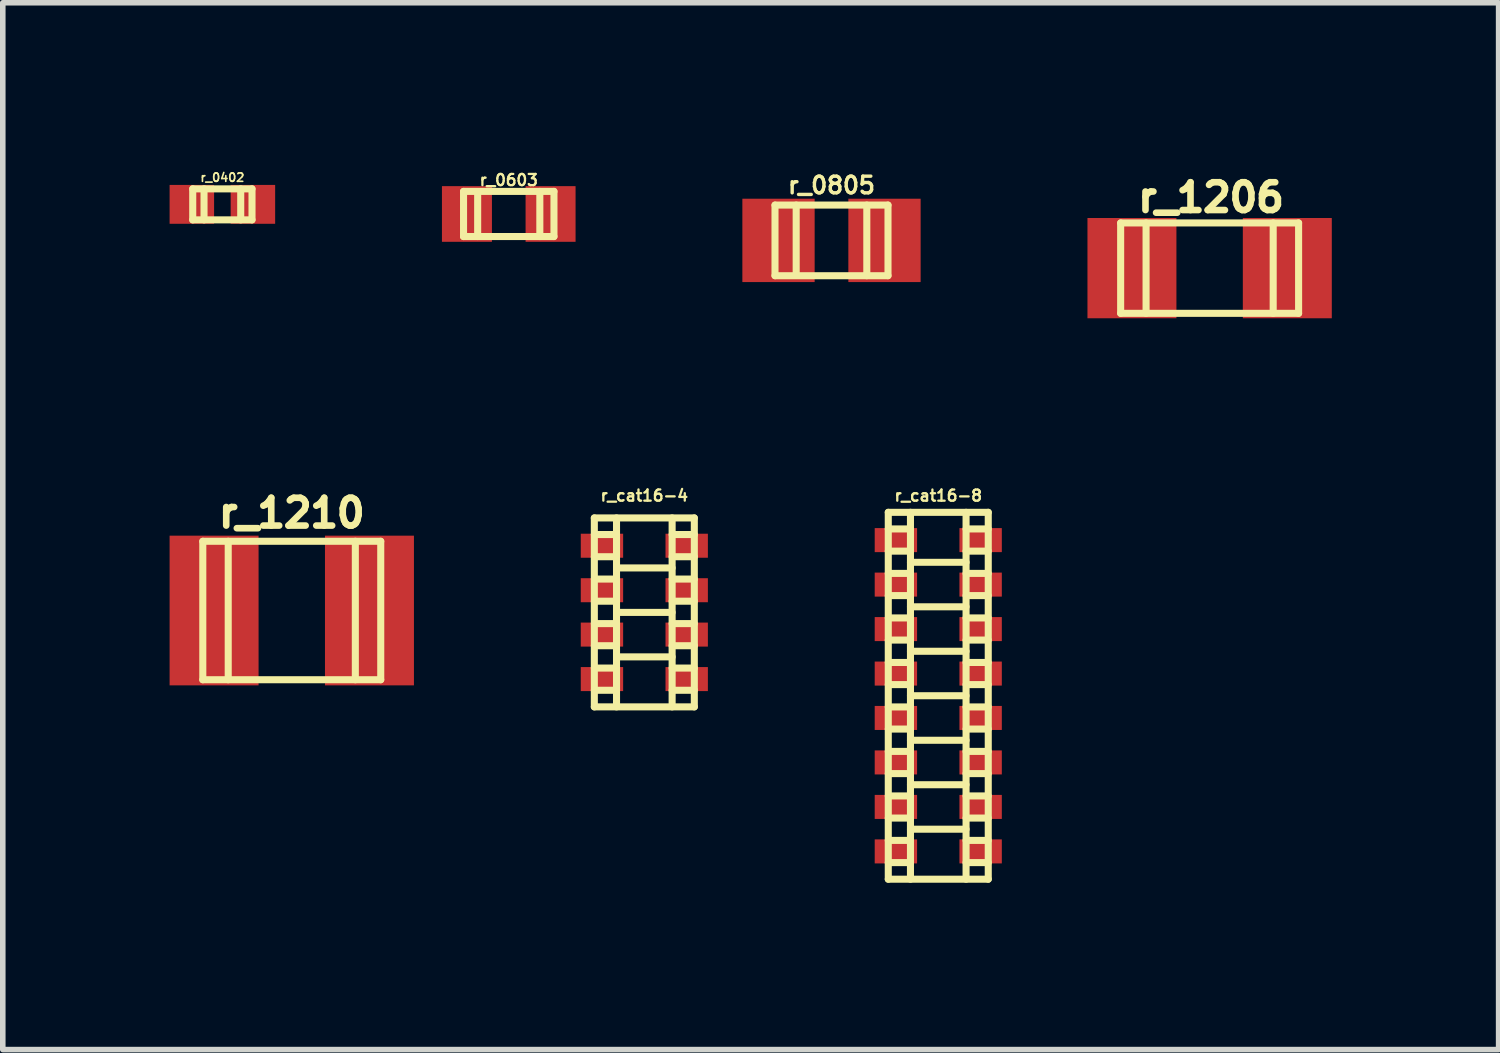
<source format=kicad_pcb>
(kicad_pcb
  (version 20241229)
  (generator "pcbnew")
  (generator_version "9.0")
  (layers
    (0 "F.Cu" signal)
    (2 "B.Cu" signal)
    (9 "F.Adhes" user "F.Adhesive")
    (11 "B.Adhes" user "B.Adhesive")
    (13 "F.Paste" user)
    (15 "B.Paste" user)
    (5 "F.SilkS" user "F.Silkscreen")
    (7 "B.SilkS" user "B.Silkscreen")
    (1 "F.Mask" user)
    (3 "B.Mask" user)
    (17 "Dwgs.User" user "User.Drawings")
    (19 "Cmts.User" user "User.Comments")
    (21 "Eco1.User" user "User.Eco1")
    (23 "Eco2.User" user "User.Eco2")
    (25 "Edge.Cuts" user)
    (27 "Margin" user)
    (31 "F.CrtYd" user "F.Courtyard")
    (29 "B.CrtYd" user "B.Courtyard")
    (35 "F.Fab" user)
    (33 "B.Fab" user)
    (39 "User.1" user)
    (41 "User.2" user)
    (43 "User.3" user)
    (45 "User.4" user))
  (footprint "r_0805"
    (layer "F.Cu")
    (at 11.903 1.273)
    (property "Reference" "r_0805" (at 0 -0.991 0) (layer "F.SilkS") (effects (font (size 0.3 0.3) (thickness 0.061))))
    (attr through_hole)
    (fp_line (start -1.016 -0.635) (end 1.016 -0.635) (stroke (width 0.127) (type solid)) (layer "F.SilkS"))
    (fp_line (start -1.016 0.635) (end -1.016 -0.635) (stroke (width 0.127) (type solid)) (layer "F.SilkS"))
    (fp_line (start -0.635 -0.635) (end -0.635 0.61) (stroke (width 0.127) (type solid)) (layer "F.SilkS"))
    (fp_line (start 0.635 -0.635) (end 0.635 0.635) (stroke (width 0.127) (type solid)) (layer "F.SilkS"))
    (fp_line (start 1.016 -0.635) (end 1.016 0.635) (stroke (width 0.127) (type solid)) (layer "F.SilkS"))
    (fp_line (start 1.016 0.635) (end -1.016 0.635) (stroke (width 0.127) (type solid)) (layer "F.SilkS"))
    (pad "1" smd rect (at 0.953 0) (size 1.3 1.499) (layers "F.Cu" "F.Mask" "F.Paste"))
    (pad "2" smd rect (at -0.953 0) (size 1.3 1.499) (layers "F.Cu" "F.Mask" "F.Paste")))
  (footprint "r_cat16-4"
    (layer "F.Cu")
    (at 8.537 7.963)
    (property "Reference" "r_cat16-4" (at 0 -2.101 0) (layer "F.SilkS") (effects (font (size 0.201 0.201) (thickness 0.041))))
    (attr through_hole)
    (fp_line (start -0.899 -1.699) (end -0.899 1.699) (stroke (width 0.127) (type solid)) (layer "F.SilkS"))
    (fp_line (start -0.899 -1.699) (end 0.899 -1.699) (stroke (width 0.127) (type solid)) (layer "F.SilkS"))
    (fp_line (start -0.899 -1.4) (end -0.5 -1.4) (stroke (width 0.127) (type solid)) (layer "F.SilkS"))
    (fp_line (start -0.899 -1.001) (end -0.5 -1.001) (stroke (width 0.127) (type solid)) (layer "F.SilkS"))
    (fp_line (start -0.899 -0.201) (end -0.5 -0.201) (stroke (width 0.127) (type solid)) (layer "F.SilkS"))
    (fp_line (start -0.899 0.599) (end -0.5 0.599) (stroke (width 0.127) (type solid)) (layer "F.SilkS"))
    (fp_line (start -0.899 1.001) (end -0.5 1.001) (stroke (width 0.127) (type solid)) (layer "F.SilkS"))
    (fp_line (start -0.899 1.4) (end -0.5 1.4) (stroke (width 0.127) (type solid)) (layer "F.SilkS"))
    (fp_line (start -0.899 1.699) (end 0.899 1.699) (stroke (width 0.127) (type solid)) (layer "F.SilkS"))
    (fp_line (start -0.5 -0.8) (end 0.5 -0.8) (stroke (width 0.127) (type solid)) (layer "F.SilkS"))
    (fp_line (start -0.5 -0.599) (end -0.899 -0.599) (stroke (width 0.127) (type solid)) (layer "F.SilkS"))
    (fp_line (start -0.5 0) (end 0.5 0) (stroke (width 0.127) (type solid)) (layer "F.SilkS"))
    (fp_line (start -0.5 0.201) (end -0.899 0.201) (stroke (width 0.127) (type solid)) (layer "F.SilkS"))
    (fp_line (start -0.5 0.8) (end 0.5 0.8) (stroke (width 0.127) (type solid)) (layer "F.SilkS"))
    (fp_line (start -0.5 1.699) (end -0.5 -1.699) (stroke (width 0.127) (type solid)) (layer "F.SilkS"))
    (fp_line (start 0.5 -1.699) (end 0.5 1.699) (stroke (width 0.127) (type solid)) (layer "F.SilkS"))
    (fp_line (start 0.5 -1.4) (end 0.899 -1.4) (stroke (width 0.127) (type solid)) (layer "F.SilkS"))
    (fp_line (start 0.5 -1.001) (end 0.899 -1.001) (stroke (width 0.127) (type solid)) (layer "F.SilkS"))
    (fp_line (start 0.5 -0.201) (end 0.899 -0.201) (stroke (width 0.127) (type solid)) (layer "F.SilkS"))
    (fp_line (start 0.5 0.599) (end 0.899 0.599) (stroke (width 0.127) (type solid)) (layer "F.SilkS"))
    (fp_line (start 0.5 1.001) (end 0.899 1.001) (stroke (width 0.127) (type solid)) (layer "F.SilkS"))
    (fp_line (start 0.5 1.4) (end 0.899 1.4) (stroke (width 0.127) (type solid)) (layer "F.SilkS"))
    (fp_line (start 0.899 -0.599) (end 0.5 -0.599) (stroke (width 0.127) (type solid)) (layer "F.SilkS"))
    (fp_line (start 0.899 0.201) (end 0.5 0.201) (stroke (width 0.127) (type solid)) (layer "F.SilkS"))
    (fp_line (start 0.899 1.699) (end 0.899 -1.699) (stroke (width 0.127) (type solid)) (layer "F.SilkS"))
    (pad "1" smd rect (at 0.762 1.199) (size 0.762 0.432) (layers "F.Cu" "F.Mask" "F.Paste"))
    (pad "2" smd rect (at 0.762 0.399) (size 0.762 0.432) (layers "F.Cu" "F.Mask" "F.Paste"))
    (pad "3" smd rect (at 0.762 -0.399) (size 0.762 0.432) (layers "F.Cu" "F.Mask" "F.Paste"))
    (pad "4" smd rect (at 0.762 -1.199) (size 0.762 0.432) (layers "F.Cu" "F.Mask" "F.Paste"))
    (pad "5" smd rect (at -0.762 -1.199) (size 0.762 0.432) (layers "F.Cu" "F.Mask" "F.Paste"))
    (pad "6" smd rect (at -0.762 -0.399) (size 0.762 0.432) (layers "F.Cu" "F.Mask" "F.Paste"))
    (pad "7" smd rect (at -0.762 0.399) (size 0.762 0.432) (layers "F.Cu" "F.Mask" "F.Paste"))
    (pad "8" smd rect (at -0.762 1.199) (size 0.762 0.432) (layers "F.Cu" "F.Mask" "F.Paste")))
  (footprint "r_0603"
    (layer "F.Cu")
    (at 6.099 0.798)
    (property "Reference" "r_0603" (at 0 -0.61 0) (layer "F.SilkS") (effects (font (size 0.201 0.201) (thickness 0.041))))
    (attr through_hole)
    (fp_line (start -0.813 -0.406) (end 0.813 -0.406) (stroke (width 0.127) (type solid)) (layer "F.SilkS"))
    (fp_line (start -0.813 0.406) (end -0.813 -0.406) (stroke (width 0.127) (type solid)) (layer "F.SilkS"))
    (fp_line (start -0.559 -0.381) (end -0.559 0.406) (stroke (width 0.127) (type solid)) (layer "F.SilkS"))
    (fp_line (start 0.559 0.406) (end 0.559 -0.406) (stroke (width 0.127) (type solid)) (layer "F.SilkS"))
    (fp_line (start 0.813 -0.406) (end 0.813 0.406) (stroke (width 0.127) (type solid)) (layer "F.SilkS"))
    (fp_line (start 0.813 0.406) (end -0.813 0.406) (stroke (width 0.127) (type solid)) (layer "F.SilkS"))
    (pad "1" smd rect (at 0.752 0) (size 0.899 1.001) (layers "F.Cu" "F.Mask" "F.Paste"))
    (pad "2" smd rect (at -0.752 0) (size 0.899 1.001) (layers "F.Cu" "F.Mask" "F.Paste")))
  (footprint "r_cat16-8"
    (layer "F.Cu")
    (at 13.823 9.462)
    (property "Reference" "r_cat16-8" (at 0 -3.599 0) (layer "F.SilkS") (effects (font (size 0.201 0.201) (thickness 0.041))))
    (attr through_hole)
    (fp_line (start -0.899 -3.299) (end 0.899 -3.299) (stroke (width 0.127) (type solid)) (layer "F.SilkS"))
    (fp_line (start -0.899 -3) (end -0.5 -3) (stroke (width 0.127) (type solid)) (layer "F.SilkS"))
    (fp_line (start -0.899 -2.601) (end -0.5 -2.601) (stroke (width 0.127) (type solid)) (layer "F.SilkS"))
    (fp_line (start -0.899 -2.2) (end -0.5 -2.2) (stroke (width 0.127) (type solid)) (layer "F.SilkS"))
    (fp_line (start -0.899 -1.801) (end -0.5 -1.801) (stroke (width 0.127) (type solid)) (layer "F.SilkS"))
    (fp_line (start -0.899 -1.4) (end -0.5 -1.4) (stroke (width 0.127) (type solid)) (layer "F.SilkS"))
    (fp_line (start -0.899 -1.001) (end -0.5 -1.001) (stroke (width 0.127) (type solid)) (layer "F.SilkS"))
    (fp_line (start -0.899 -0.201) (end -0.5 -0.201) (stroke (width 0.127) (type solid)) (layer "F.SilkS"))
    (fp_line (start -0.899 0.599) (end -0.5 0.599) (stroke (width 0.127) (type solid)) (layer "F.SilkS"))
    (fp_line (start -0.899 1.001) (end -0.5 1.001) (stroke (width 0.127) (type solid)) (layer "F.SilkS"))
    (fp_line (start -0.899 1.4) (end -0.5 1.4) (stroke (width 0.127) (type solid)) (layer "F.SilkS"))
    (fp_line (start -0.899 2.2) (end -0.5 2.2) (stroke (width 0.127) (type solid)) (layer "F.SilkS"))
    (fp_line (start -0.899 3) (end -0.5 3) (stroke (width 0.127) (type solid)) (layer "F.SilkS"))
    (fp_line (start -0.899 3.299) (end -0.899 -3.299) (stroke (width 0.127) (type solid)) (layer "F.SilkS"))
    (fp_line (start -0.5 -3.299) (end -0.5 3.299) (stroke (width 0.127) (type solid)) (layer "F.SilkS"))
    (fp_line (start -0.5 -2.4) (end 0.5 -2.4) (stroke (width 0.127) (type solid)) (layer "F.SilkS"))
    (fp_line (start -0.5 -1.6) (end 0.5 -1.6) (stroke (width 0.127) (type solid)) (layer "F.SilkS"))
    (fp_line (start -0.5 -0.8) (end 0.5 -0.8) (stroke (width 0.127) (type solid)) (layer "F.SilkS"))
    (fp_line (start -0.5 -0.599) (end -0.899 -0.599) (stroke (width 0.127) (type solid)) (layer "F.SilkS"))
    (fp_line (start -0.5 0) (end 0.5 0) (stroke (width 0.127) (type solid)) (layer "F.SilkS"))
    (fp_line (start -0.5 0.201) (end -0.899 0.201) (stroke (width 0.127) (type solid)) (layer "F.SilkS"))
    (fp_line (start -0.5 0.8) (end 0.5 0.8) (stroke (width 0.127) (type solid)) (layer "F.SilkS"))
    (fp_line (start -0.5 1.6) (end 0.5 1.6) (stroke (width 0.127) (type solid)) (layer "F.SilkS"))
    (fp_line (start -0.5 1.801) (end -0.899 1.801) (stroke (width 0.127) (type solid)) (layer "F.SilkS"))
    (fp_line (start -0.5 2.4) (end 0.5 2.4) (stroke (width 0.127) (type solid)) (layer "F.SilkS"))
    (fp_line (start -0.5 2.601) (end -0.899 2.601) (stroke (width 0.127) (type solid)) (layer "F.SilkS"))
    (fp_line (start 0.5 -3) (end 0.899 -3) (stroke (width 0.127) (type solid)) (layer "F.SilkS"))
    (fp_line (start 0.5 -2.601) (end 0.899 -2.601) (stroke (width 0.127) (type solid)) (layer "F.SilkS"))
    (fp_line (start 0.5 -2.2) (end 0.899 -2.2) (stroke (width 0.127) (type solid)) (layer "F.SilkS"))
    (fp_line (start 0.5 -1.801) (end 0.899 -1.801) (stroke (width 0.127) (type solid)) (layer "F.SilkS"))
    (fp_line (start 0.5 -1.4) (end 0.899 -1.4) (stroke (width 0.127) (type solid)) (layer "F.SilkS"))
    (fp_line (start 0.5 -1.001) (end 0.899 -1.001) (stroke (width 0.127) (type solid)) (layer "F.SilkS"))
    (fp_line (start 0.5 -0.201) (end 0.899 -0.201) (stroke (width 0.127) (type solid)) (layer "F.SilkS"))
    (fp_line (start 0.5 0.599) (end 0.899 0.599) (stroke (width 0.127) (type solid)) (layer "F.SilkS"))
    (fp_line (start 0.5 1.001) (end 0.899 1.001) (stroke (width 0.127) (type solid)) (layer "F.SilkS"))
    (fp_line (start 0.5 1.4) (end 0.899 1.4) (stroke (width 0.127) (type solid)) (layer "F.SilkS"))
    (fp_line (start 0.5 3) (end 0.899 3) (stroke (width 0.127) (type solid)) (layer "F.SilkS"))
    (fp_line (start 0.5 3.299) (end 0.5 -3.299) (stroke (width 0.127) (type solid)) (layer "F.SilkS"))
    (fp_line (start 0.899 -3.299) (end 0.899 3.299) (stroke (width 0.127) (type solid)) (layer "F.SilkS"))
    (fp_line (start 0.899 -0.599) (end 0.5 -0.599) (stroke (width 0.127) (type solid)) (layer "F.SilkS"))
    (fp_line (start 0.899 0.201) (end 0.5 0.201) (stroke (width 0.127) (type solid)) (layer "F.SilkS"))
    (fp_line (start 0.899 1.801) (end 0.5 1.801) (stroke (width 0.127) (type solid)) (layer "F.SilkS"))
    (fp_line (start 0.899 2.2) (end 0.5 2.2) (stroke (width 0.127) (type solid)) (layer "F.SilkS"))
    (fp_line (start 0.899 2.601) (end 0.5 2.601) (stroke (width 0.127) (type solid)) (layer "F.SilkS"))
    (fp_line (start 0.899 3.299) (end -0.899 3.299) (stroke (width 0.127) (type solid)) (layer "F.SilkS"))
    (pad "1" smd rect (at 0.762 2.799) (size 0.762 0.432) (layers "F.Cu" "F.Mask" "F.Paste"))
    (pad "2" smd rect (at 0.762 1.999) (size 0.762 0.432) (layers "F.Cu" "F.Mask" "F.Paste"))
    (pad "3" smd rect (at 0.762 1.199) (size 0.762 0.432) (layers "F.Cu" "F.Mask" "F.Paste"))
    (pad "4" smd rect (at 0.762 0.399) (size 0.762 0.432) (layers "F.Cu" "F.Mask" "F.Paste"))
    (pad "5" smd rect (at 0.762 -0.399) (size 0.762 0.432) (layers "F.Cu" "F.Mask" "F.Paste"))
    (pad "6" smd rect (at 0.762 -1.199) (size 0.762 0.432) (layers "F.Cu" "F.Mask" "F.Paste"))
    (pad "7" smd rect (at 0.762 -1.999) (size 0.762 0.432) (layers "F.Cu" "F.Mask" "F.Paste"))
    (pad "8" smd rect (at 0.762 -2.799) (size 0.762 0.432) (layers "F.Cu" "F.Mask" "F.Paste"))
    (pad "9" smd rect (at -0.762 -2.799) (size 0.762 0.432) (layers "F.Cu" "F.Mask" "F.Paste"))
    (pad "10" smd rect (at -0.762 -1.999) (size 0.762 0.432) (layers "F.Cu" "F.Mask" "F.Paste"))
    (pad "11" smd rect (at -0.762 -1.199) (size 0.762 0.432) (layers "F.Cu" "F.Mask" "F.Paste"))
    (pad "12" smd rect (at -0.762 -0.399) (size 0.762 0.432) (layers "F.Cu" "F.Mask" "F.Paste"))
    (pad "13" smd rect (at -0.762 0.399) (size 0.762 0.432) (layers "F.Cu" "F.Mask" "F.Paste"))
    (pad "14" smd rect (at -0.762 1.199) (size 0.762 0.432) (layers "F.Cu" "F.Mask" "F.Paste"))
    (pad "15" smd rect (at -0.762 1.999) (size 0.762 0.432) (layers "F.Cu" "F.Mask" "F.Paste"))
    (pad "16" smd rect (at -0.762 2.799) (size 0.762 0.432) (layers "F.Cu" "F.Mask" "F.Paste")))
  (footprint "r_1206"
    (layer "F.Cu")
    (at 18.703 1.772)
    (property "Reference" "r_1206" (at 0.025 -1.27 0) (layer "F.SilkS") (effects (font (size 0.5 0.5) (thickness 0.119))))
    (attr through_hole)
    (fp_line (start -1.6 -0.813) (end -1.6 0.813) (stroke (width 0.127) (type solid)) (layer "F.SilkS"))
    (fp_line (start -1.6 0.813) (end 1.6 0.813) (stroke (width 0.127) (type solid)) (layer "F.SilkS"))
    (fp_line (start -1.143 -0.813) (end -1.143 0.813) (stroke (width 0.127) (type solid)) (layer "F.SilkS"))
    (fp_line (start 1.143 0.813) (end 1.143 -0.813) (stroke (width 0.127) (type solid)) (layer "F.SilkS"))
    (fp_line (start 1.6 -0.813) (end -1.6 -0.813) (stroke (width 0.127) (type solid)) (layer "F.SilkS"))
    (fp_line (start 1.6 0.813) (end 1.6 -0.813) (stroke (width 0.127) (type solid)) (layer "F.SilkS"))
    (pad "1" smd rect (at 1.397 0) (size 1.6 1.803) (layers "F.Cu" "F.Mask" "F.Paste"))
    (pad "2" smd rect (at -1.397 0) (size 1.6 1.803) (layers "F.Cu" "F.Mask" "F.Paste")))
  (footprint "r_1210"
    (layer "F.Cu")
    (at 2.197 7.929)
    (property "Reference" "r_1210" (at 0 -1.753 0) (layer "F.SilkS") (effects (font (size 0.5 0.5) (thickness 0.119))))
    (attr through_hole)
    (fp_line (start -1.6 -1.245) (end -1.6 1.245) (stroke (width 0.127) (type solid)) (layer "F.SilkS"))
    (fp_line (start -1.6 1.245) (end 1.6 1.245) (stroke (width 0.127) (type solid)) (layer "F.SilkS"))
    (fp_line (start -1.143 1.245) (end -1.143 -1.245) (stroke (width 0.127) (type solid)) (layer "F.SilkS"))
    (fp_line (start 1.143 -1.245) (end 1.143 1.245) (stroke (width 0.127) (type solid)) (layer "F.SilkS"))
    (fp_line (start 1.6 -1.245) (end -1.6 -1.245) (stroke (width 0.127) (type solid)) (layer "F.SilkS"))
    (fp_line (start 1.6 1.245) (end 1.6 -1.245) (stroke (width 0.127) (type solid)) (layer "F.SilkS"))
    (pad "1" smd rect (at 1.397 0) (size 1.6 2.692) (layers "F.Cu" "F.Mask" "F.Paste"))
    (pad "2" smd rect (at -1.397 0) (size 1.6 2.692) (layers "F.Cu" "F.Mask" "F.Paste")))
  (footprint "r_0402"
    (layer "F.Cu")
    (at 0.949 0.625)
    (property "Reference" "r_0402" (at 0 -0.483 0) (layer "F.SilkS") (effects (font (size 0.152 0.152) (thickness 0.03))))
    (attr through_hole)
    (fp_line (start -0.533 -0.279) (end -0.533 0.279) (stroke (width 0.127) (type solid)) (layer "F.SilkS"))
    (fp_line (start -0.533 0.279) (end 0.533 0.279) (stroke (width 0.127) (type solid)) (layer "F.SilkS"))
    (fp_line (start -0.33 -0.279) (end -0.33 0.279) (stroke (width 0.127) (type solid)) (layer "F.SilkS"))
    (fp_line (start 0.33 -0.279) (end 0.33 0.279) (stroke (width 0.127) (type solid)) (layer "F.SilkS"))
    (fp_line (start 0.533 -0.279) (end -0.533 -0.279) (stroke (width 0.127) (type solid)) (layer "F.SilkS"))
    (fp_line (start 0.533 0.279) (end 0.533 -0.279) (stroke (width 0.127) (type solid)) (layer "F.SilkS"))
    (pad "1" smd rect (at 0.549 0) (size 0.8 0.699) (layers "F.Cu" "F.Mask" "F.Paste"))
    (pad "2" smd rect (at -0.549 0) (size 0.8 0.699) (layers "F.Cu" "F.Mask" "F.Paste")))
  (gr_rect
    (start -3 -3)
    (end 23.9 15.825)
    (stroke (width 0.1) (type default))
    (fill no)
    (layer "Edge.Cuts")))
</source>
